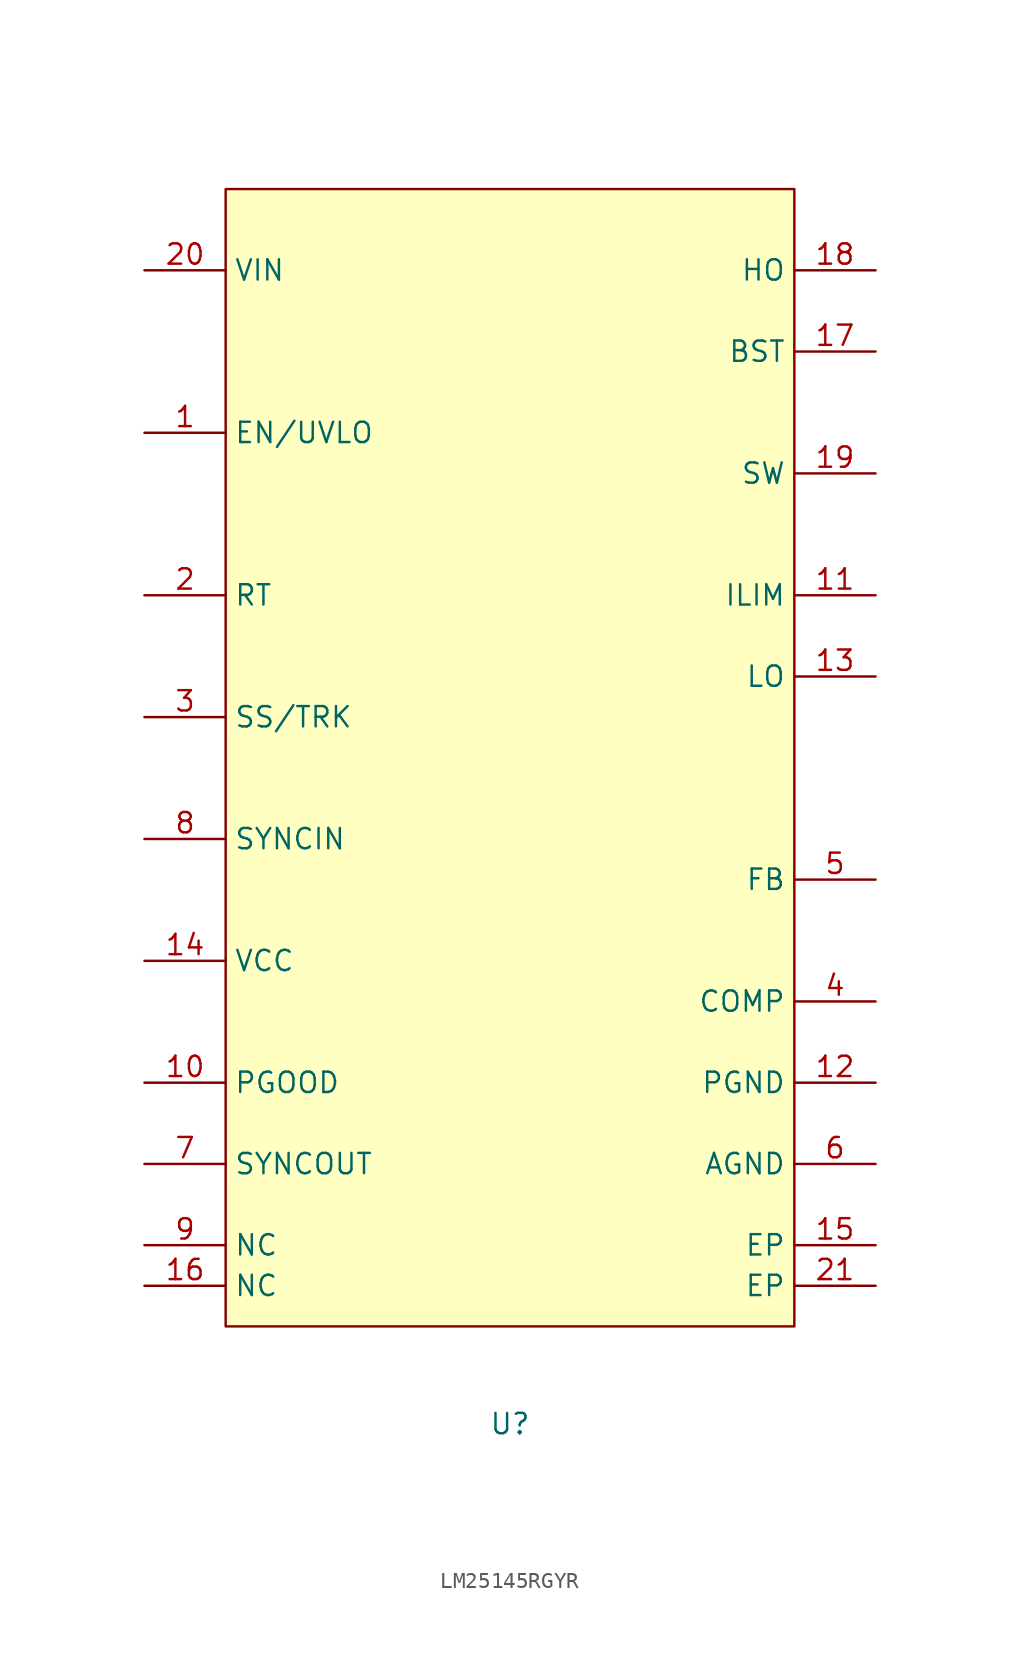
<source format=kicad_sym>
(kicad_symbol_lib
  (version 20241209)
  (generator "kicad_symbol_editor")
  (generator_version "9.0")
  (symbol "LM25145RGYR"
    (property "Reference" "U"
      (at 0 -42.926 0)
      (effects (font (size 1.27 1.27))))
    (property "Value" ""
      (at 0 0 0)
      (effects (font (size 1.27 1.27))))
    (symbol "LM25145RGYR_1_0"
      (rectangle (start -17.78 34.29) (end 17.78 -36.83) (stroke (width 0) (type solid)) (fill (type background)))
      (pin power_in line (at -22.86 29.21 0) (length 5.08) (name "VIN" (effects (font (size 1.27 1.27)))) (number "20" (effects (font (size 1.27 1.27)))))
      (pin input line (at -22.86 19.05 0) (length 5.08) (name "EN/UVLO" (effects (font (size 1.27 1.27)))) (number "1" (effects (font (size 1.27 1.27)))))
      (pin input line (at -22.86 8.89 0) (length 5.08) (name "RT" (effects (font (size 1.27 1.27)))) (number "2" (effects (font (size 1.27 1.27)))))
      (pin input line (at -22.86 1.27 0) (length 5.08) (name "SS/TRK" (effects (font (size 1.27 1.27)))) (number "3" (effects (font (size 1.27 1.27)))))
      (pin input line (at -22.86 -6.35 0) (length 5.08) (name "SYNCIN" (effects (font (size 1.27 1.27)))) (number "8" (effects (font (size 1.27 1.27)))))
      (pin power_in line (at -22.86 -13.97 0) (length 5.08) (name "VCC" (effects (font (size 1.27 1.27)))) (number "14" (effects (font (size 1.27 1.27)))))
      (pin open_collector line (at -22.86 -21.59 0) (length 5.08) (name "PGOOD" (effects (font (size 1.27 1.27)))) (number "10" (effects (font (size 1.27 1.27)))))
      (pin output line (at -22.86 -26.67 0) (length 5.08) (name "SYNCOUT" (effects (font (size 1.27 1.27)))) (number "7" (effects (font (size 1.27 1.27)))))
      (pin passive line (at -22.86 -31.75 0) (length 5.08) (name "NC" (effects (font (size 1.27 1.27)))) (number "9" (effects (font (size 1.27 1.27)))))
      (pin passive line (at -22.86 -34.29 0) (length 5.08) (name "NC" (effects (font (size 1.27 1.27)))) (number "16" (effects (font (size 1.27 1.27)))))
      (pin output line (at 22.86 29.21 180) (length 5.08) (name "HO" (effects (font (size 1.27 1.27)))) (number "18" (effects (font (size 1.27 1.27)))))
      (pin passive line (at 22.86 24.13 180) (length 5.08) (name "BST" (effects (font (size 1.27 1.27)))) (number "17" (effects (font (size 1.27 1.27)))))
      (pin power_in line (at 22.86 16.51 180) (length 5.08) (name "SW" (effects (font (size 1.27 1.27)))) (number "19" (effects (font (size 1.27 1.27)))))
      (pin input line (at 22.86 8.89 180) (length 5.08) (name "ILIM" (effects (font (size 1.27 1.27)))) (number "11" (effects (font (size 1.27 1.27)))))
      (pin output line (at 22.86 3.81 180) (length 5.08) (name "LO" (effects (font (size 1.27 1.27)))) (number "13" (effects (font (size 1.27 1.27)))))
      (pin input line (at 22.86 -8.89 180) (length 5.08) (name "FB" (effects (font (size 1.27 1.27)))) (number "5" (effects (font (size 1.27 1.27)))))
      (pin passive line (at 22.86 -16.51 180) (length 5.08) (name "COMP" (effects (font (size 1.27 1.27)))) (number "4" (effects (font (size 1.27 1.27)))))
      (pin power_in line (at 22.86 -21.59 180) (length 5.08) (name "PGND" (effects (font (size 1.27 1.27)))) (number "12" (effects (font (size 1.27 1.27)))))
      (pin power_in line (at 22.86 -26.67 180) (length 5.08) (name "AGND" (effects (font (size 1.27 1.27)))) (number "6" (effects (font (size 1.27 1.27)))))
      (pin power_in line (at 22.86 -31.75 180) (length 5.08) (name "EP" (effects (font (size 1.27 1.27)))) (number "15" (effects (font (size 1.27 1.27)))))
      (pin power_in line (at 22.86 -34.29 180) (length 5.08) (name "EP" (effects (font (size 1.27 1.27)))) (number "21" (effects (font (size 1.27 1.27))))))))
</source>
